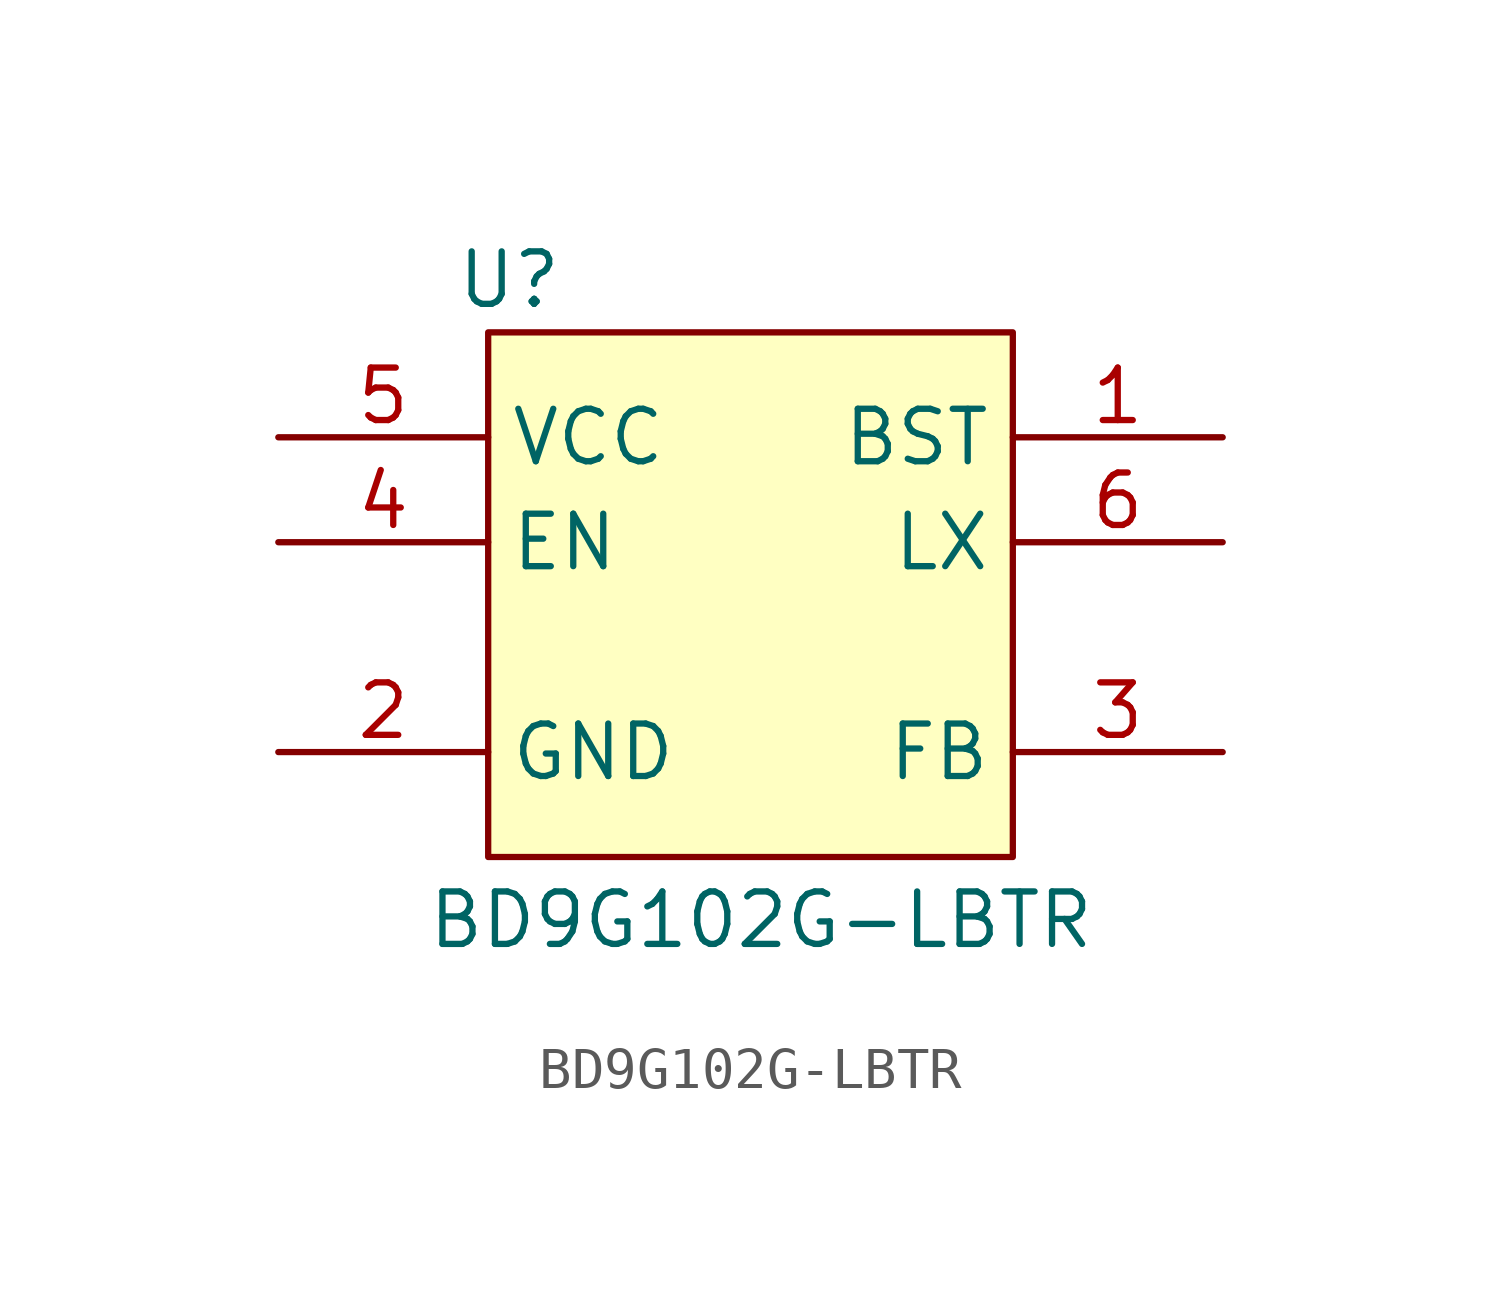
<source format=kicad_sym>
(kicad_symbol_lib
  (version 20241209)
  (generator "kicad_symbol_editor")
  (generator_version "9.0")
  (symbol "BD9G102G-LBTR"
    (property "Reference" "U"
      (at -5.842 7.62 0)
      (effects (font (size 1.27 1.27))))
    (property "Value" "BD9G102G-LBTR"
      (at 0.254 -7.874 0)
      (effects (font (size 1.27 1.27))))
    (symbol "BD9G102G-LBTR_1_1"
      (rectangle (start -6.35 6.35) (end 6.35 -6.35) (stroke (width 0) (type solid)) (fill (type background)))
      (pin power_in line (at -11.43 3.81 0) (length 5.08) (name "VCC" (effects (font (size 1.27 1.27)))) (number "5" (effects (font (size 1.27 1.27)))))
      (pin input line (at -11.43 1.27 0) (length 5.08) (name "EN" (effects (font (size 1.27 1.27)))) (number "4" (effects (font (size 1.27 1.27)))))
      (pin power_in line (at -11.43 -3.81 0) (length 5.08) (name "GND" (effects (font (size 1.27 1.27)))) (number "2" (effects (font (size 1.27 1.27)))))
      (pin passive line (at 11.43 3.81 180) (length 5.08) (name "BST" (effects (font (size 1.27 1.27)))) (number "1" (effects (font (size 1.27 1.27)))))
      (pin power_out line (at 11.43 1.27 180) (length 5.08) (name "LX" (effects (font (size 1.27 1.27)))) (number "6" (effects (font (size 1.27 1.27)))))
      (pin passive line (at 11.43 -3.81 180) (length 5.08) (name "FB" (effects (font (size 1.27 1.27)))) (number "3" (effects (font (size 1.27 1.27))))))))
</source>
